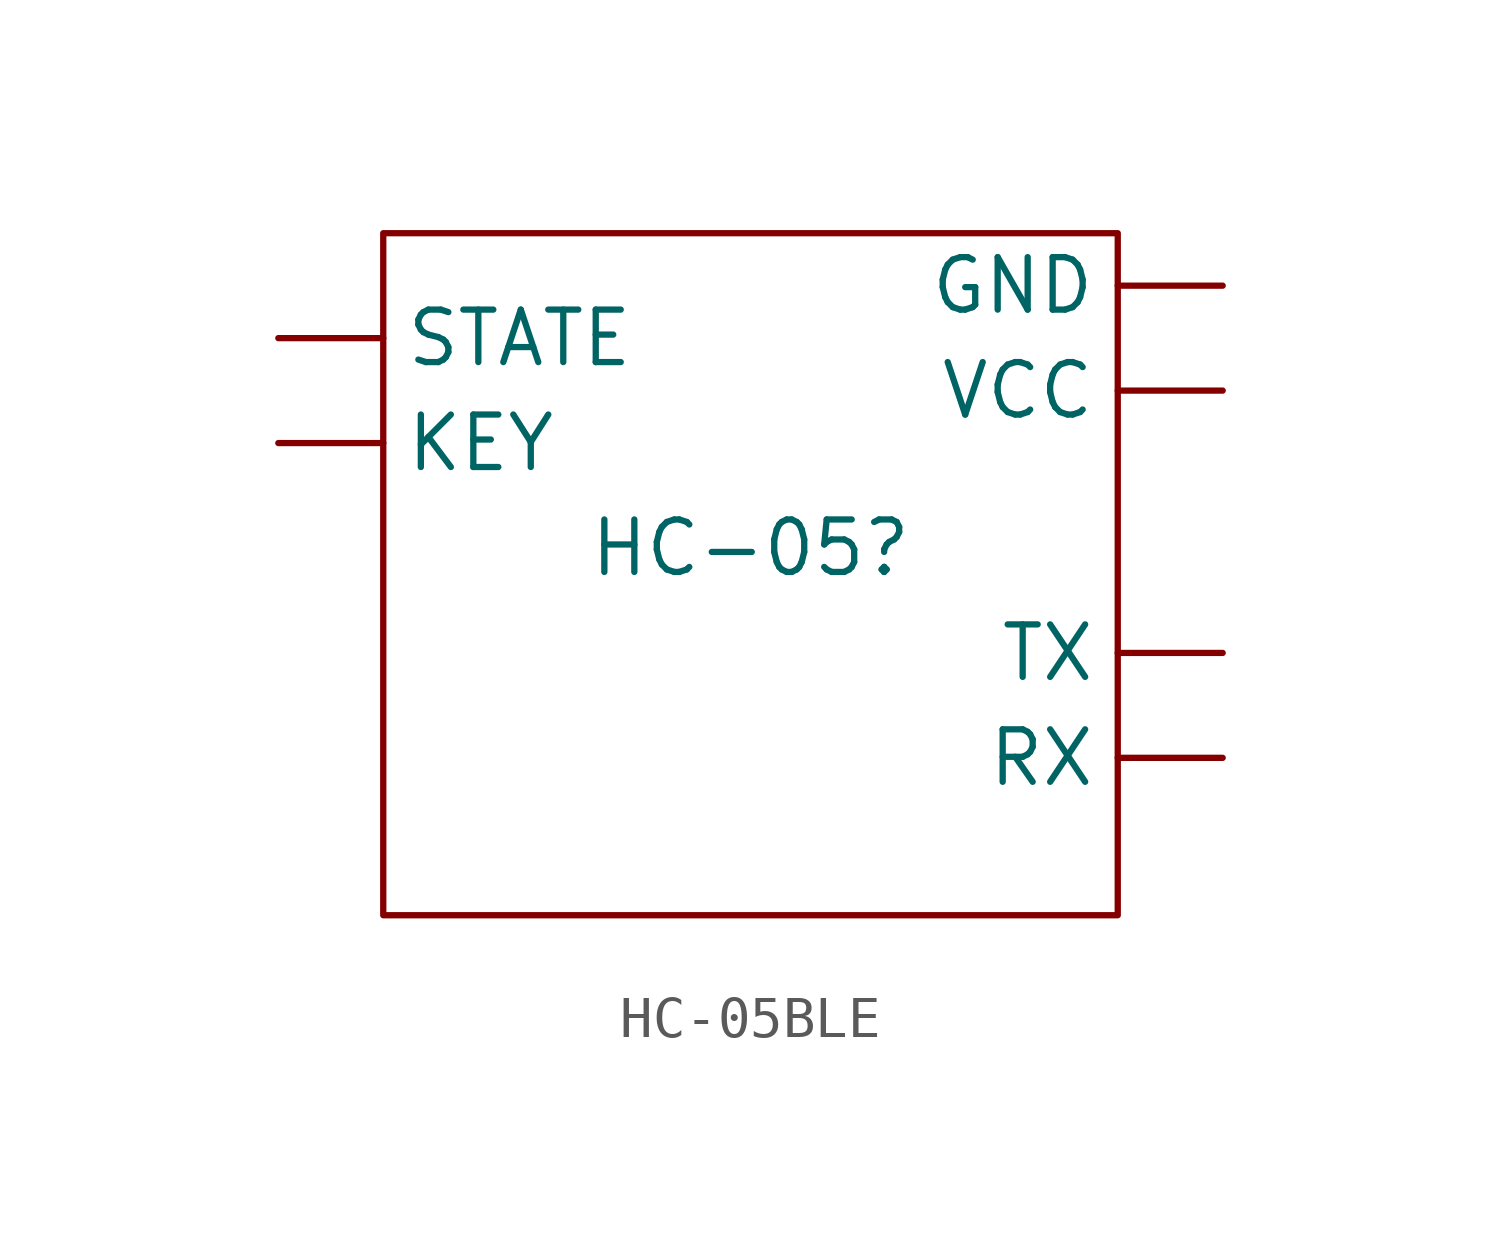
<source format=kicad_sym>
(kicad_symbol_lib
  (version 20241209)
  (generator "kicad_symbol_editor")
  (generator_version "9.0")
  (symbol "HC-05BLE"
    (property "Reference" "HC-05"
      (at 0 0 0)
      (effects (font (size 1.27 1.27))))
    (property "Value" ""
      (at 0 0 0)
      (effects (font (size 1.27 1.27))))
    (symbol "HC-05BLE_0_1"
      (rectangle (start -8.89 7.62) (end 8.89 -8.89) (stroke (width 0) (type default)) (fill (type none))))
    (symbol "HC-05BLE_1_1"
      (pin output line (at -11.43 5.08 0) (length 2.54) (name "STATE" (effects (font (size 1.27 1.27)))) (number "" (effects (font (size 1.27 1.27)))))
      (pin input line (at -11.43 2.54 0) (length 2.54) (name "KEY" (effects (font (size 1.27 1.27)))) (number "" (effects (font (size 1.27 1.27)))))
      (pin input line (at 11.43 6.35 180) (length 2.54) (name "GND" (effects (font (size 1.27 1.27)))) (number "" (effects (font (size 1.27 1.27)))))
      (pin input line (at 11.43 3.81 180) (length 2.54) (name "VCC" (effects (font (size 1.27 1.27)))) (number "" (effects (font (size 1.27 1.27)))))
      (pin output line (at 11.43 -2.54 180) (length 2.54) (name "TX" (effects (font (size 1.27 1.27)))) (number "" (effects (font (size 1.27 1.27)))))
      (pin input line (at 11.43 -5.08 180) (length 2.54) (name "RX" (effects (font (size 1.27 1.27)))) (number "" (effects (font (size 1.27 1.27))))))))
</source>
